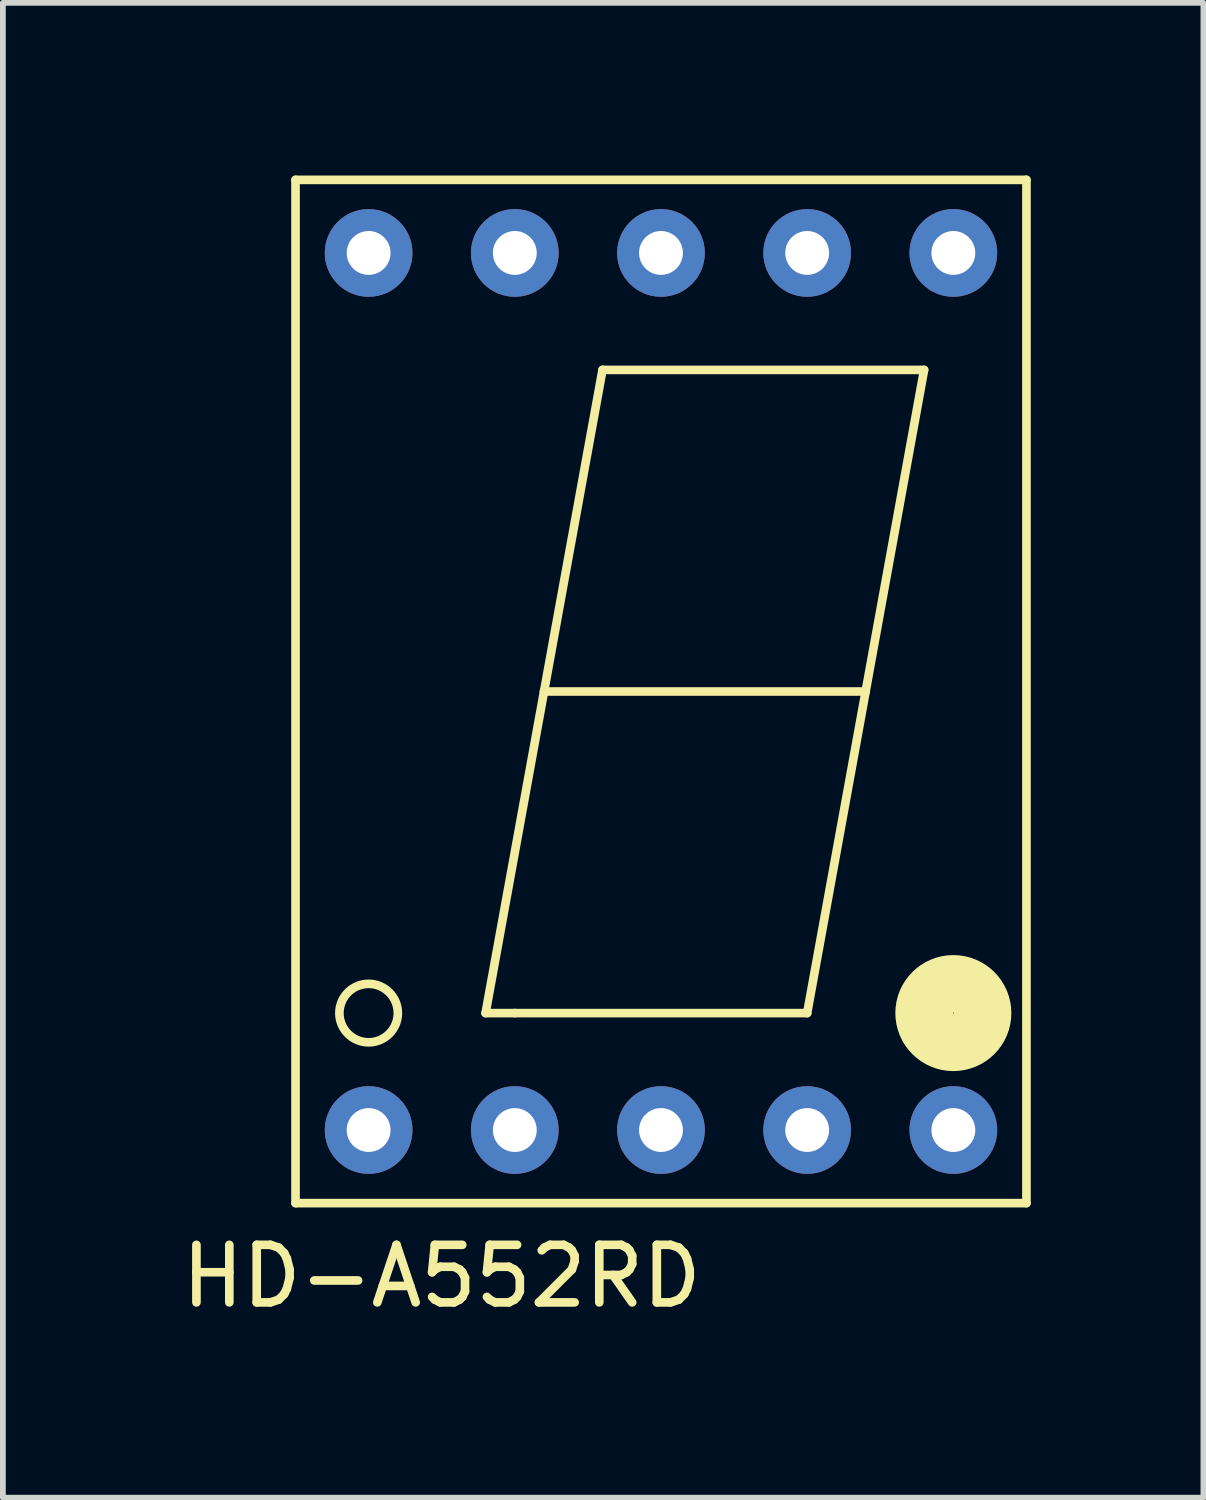
<source format=kicad_pcb>
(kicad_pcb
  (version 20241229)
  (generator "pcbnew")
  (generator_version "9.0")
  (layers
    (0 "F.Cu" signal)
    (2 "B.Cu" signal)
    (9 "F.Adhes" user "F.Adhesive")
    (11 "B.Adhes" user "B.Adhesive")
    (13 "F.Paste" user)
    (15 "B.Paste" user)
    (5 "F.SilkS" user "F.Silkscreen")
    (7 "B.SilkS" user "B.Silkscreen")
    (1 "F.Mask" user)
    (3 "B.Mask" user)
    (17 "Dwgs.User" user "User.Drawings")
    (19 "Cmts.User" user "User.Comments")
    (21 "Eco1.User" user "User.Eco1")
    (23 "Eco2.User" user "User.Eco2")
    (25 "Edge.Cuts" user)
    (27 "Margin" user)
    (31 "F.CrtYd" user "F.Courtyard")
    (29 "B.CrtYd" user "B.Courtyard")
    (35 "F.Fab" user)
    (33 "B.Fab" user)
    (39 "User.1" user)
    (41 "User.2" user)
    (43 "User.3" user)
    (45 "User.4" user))
  (footprint "HD-A552RD"
    (layer "F.Cu")
    (at 8.435 8.965)
    (property "Reference" "HD-A552RD" (at -3.81 10.16 0) (layer "F.SilkS") (effects (font (size 1 1) (thickness 0.15))))
    (attr through_hole)
    (fp_line (start -6.35 -8.89) (end 6.35 -8.89) (stroke (width 0.15) (type solid)) (layer "F.SilkS"))
    (fp_line (start -6.35 8.89) (end -6.35 -8.89) (stroke (width 0.15) (type solid)) (layer "F.SilkS"))
    (fp_line (start -3.048 5.588) (end -2.54 5.588) (stroke (width 0.15) (type solid)) (layer "F.SilkS"))
    (fp_line (start -2.54 5.588) (end 2.54 5.588) (stroke (width 0.15) (type solid)) (layer "F.SilkS"))
    (fp_line (start -2.032 0) (end -3.048 5.588) (stroke (width 0.15) (type solid)) (layer "F.SilkS"))
    (fp_line (start -2.032 0) (end -1.016 -5.588) (stroke (width 0.15) (type solid)) (layer "F.SilkS"))
    (fp_line (start 2.54 5.588) (end 3.556 0) (stroke (width 0.15) (type solid)) (layer "F.SilkS"))
    (fp_line (start 3.556 0) (end -2.032 0) (stroke (width 0.15) (type solid)) (layer "F.SilkS"))
    (fp_line (start 3.556 0) (end 4.572 -5.588) (stroke (width 0.15) (type solid)) (layer "F.SilkS"))
    (fp_line (start 4.572 -5.588) (end -1.016 -5.588) (stroke (width 0.15) (type solid)) (layer "F.SilkS"))
    (fp_line (start 6.35 -8.89) (end 6.35 8.89) (stroke (width 0.15) (type solid)) (layer "F.SilkS"))
    (fp_line (start 6.35 8.89) (end -6.35 8.89) (stroke (width 0.15) (type solid)) (layer "F.SilkS"))
    (fp_circle (center -5.08 5.588) (end -5.08 5.08) (stroke (width 0.15) (type solid)) (fill no) (layer "F.SilkS"))
    (fp_circle (center 5.08 5.588) (end 5.08 5.08) (stroke (width 1) (type solid)) (fill no) (layer "F.SilkS"))
    (pad "1" thru_hole circle (at -5.08 7.62) (size 1.524 1.524) (drill 0.762) (layers "*.Cu" "*.Mask"))
    (pad "2" thru_hole circle (at -2.54 7.62) (size 1.524 1.524) (drill 0.762) (layers "*.Cu" "*.Mask"))
    (pad "3" thru_hole circle (at 0 7.62) (size 1.524 1.524) (drill 0.762) (layers "*.Cu" "*.Mask"))
    (pad "4" thru_hole circle (at 2.54 7.62) (size 1.524 1.524) (drill 0.762) (layers "*.Cu" "*.Mask"))
    (pad "5" thru_hole circle (at 5.08 7.62) (size 1.524 1.524) (drill 0.762) (layers "*.Cu" "*.Mask"))
    (pad "6" thru_hole circle (at 5.08 -7.62) (size 1.524 1.524) (drill 0.762) (layers "*.Cu" "*.Mask"))
    (pad "7" thru_hole circle (at 2.54 -7.62) (size 1.524 1.524) (drill 0.762) (layers "*.Cu" "*.Mask"))
    (pad "8" thru_hole circle (at 0 -7.62) (size 1.524 1.524) (drill 0.762) (layers "*.Cu" "*.Mask"))
    (pad "9" thru_hole circle (at -2.54 -7.62) (size 1.524 1.524) (drill 0.762) (layers "*.Cu" "*.Mask"))
    (pad "10" thru_hole circle (at -5.08 -7.62) (size 1.524 1.524) (drill 0.762) (layers "*.Cu" "*.Mask")))
  (gr_rect
    (start -3 -3)
    (end 17.86 22.973)
    (stroke (width 0.1) (type default))
    (fill no)
    (layer "Edge.Cuts")))
</source>
